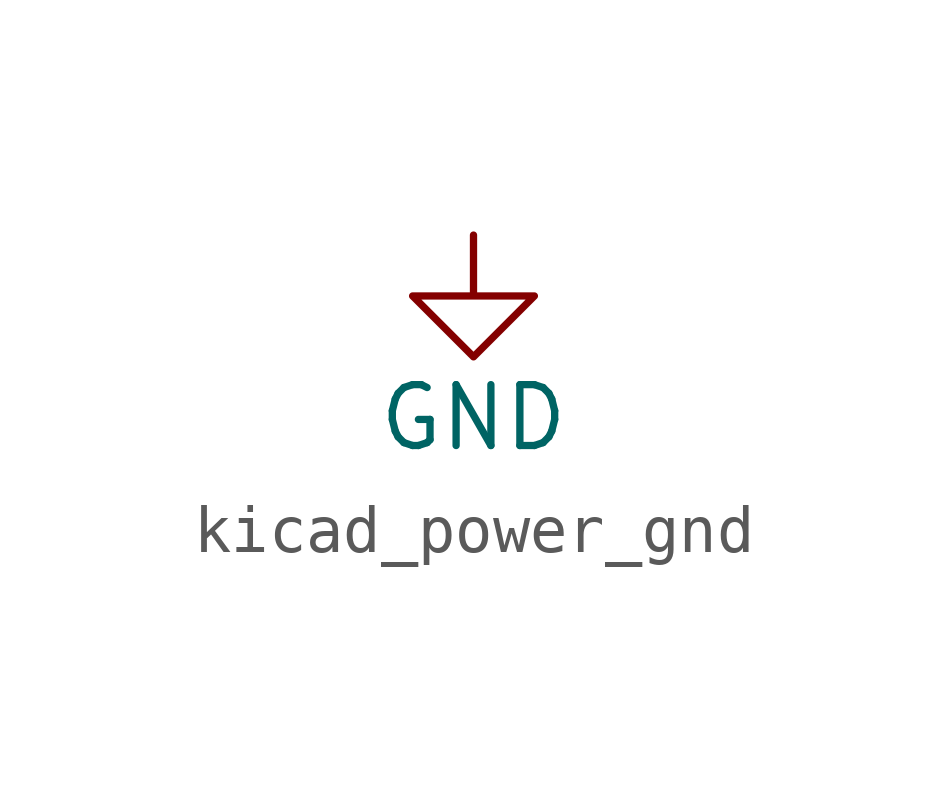
<source format=kicad_sym>
(kicad_symbol_lib
  (version 20220914)
  (generator kicad_symbol_editor)
  (symbol "kicad_power_gnd"
    (power)
    (pin_names
      (offset 0))
    (property "Reference" "#PWR"
      (at 0 -6.35 0)
      (effects (font (size 1.27 1.27)) hide))
    (property "Value" "GND"
      (at 0 -3.81 0)
      (effects (font (size 1.27 1.27))))
    (symbol "kicad_power_gnd_0_1"
      (polyline (pts (xy 0 0) (xy 0 -1.27) (xy 1.27 -1.27) (xy 0 -2.54) (xy -1.27 -1.27) (xy 0 -1.27)) (stroke (width 0) (type default)) (fill (type none))))
    (symbol "kicad_power_gnd_1_1"
      (pin power_in line (at 0 0 270) (length 0) hide (name "GND" (effects (font (size 1.27 1.27)))) (number "1" (effects (font (size 1.27 1.27))))))))
</source>
